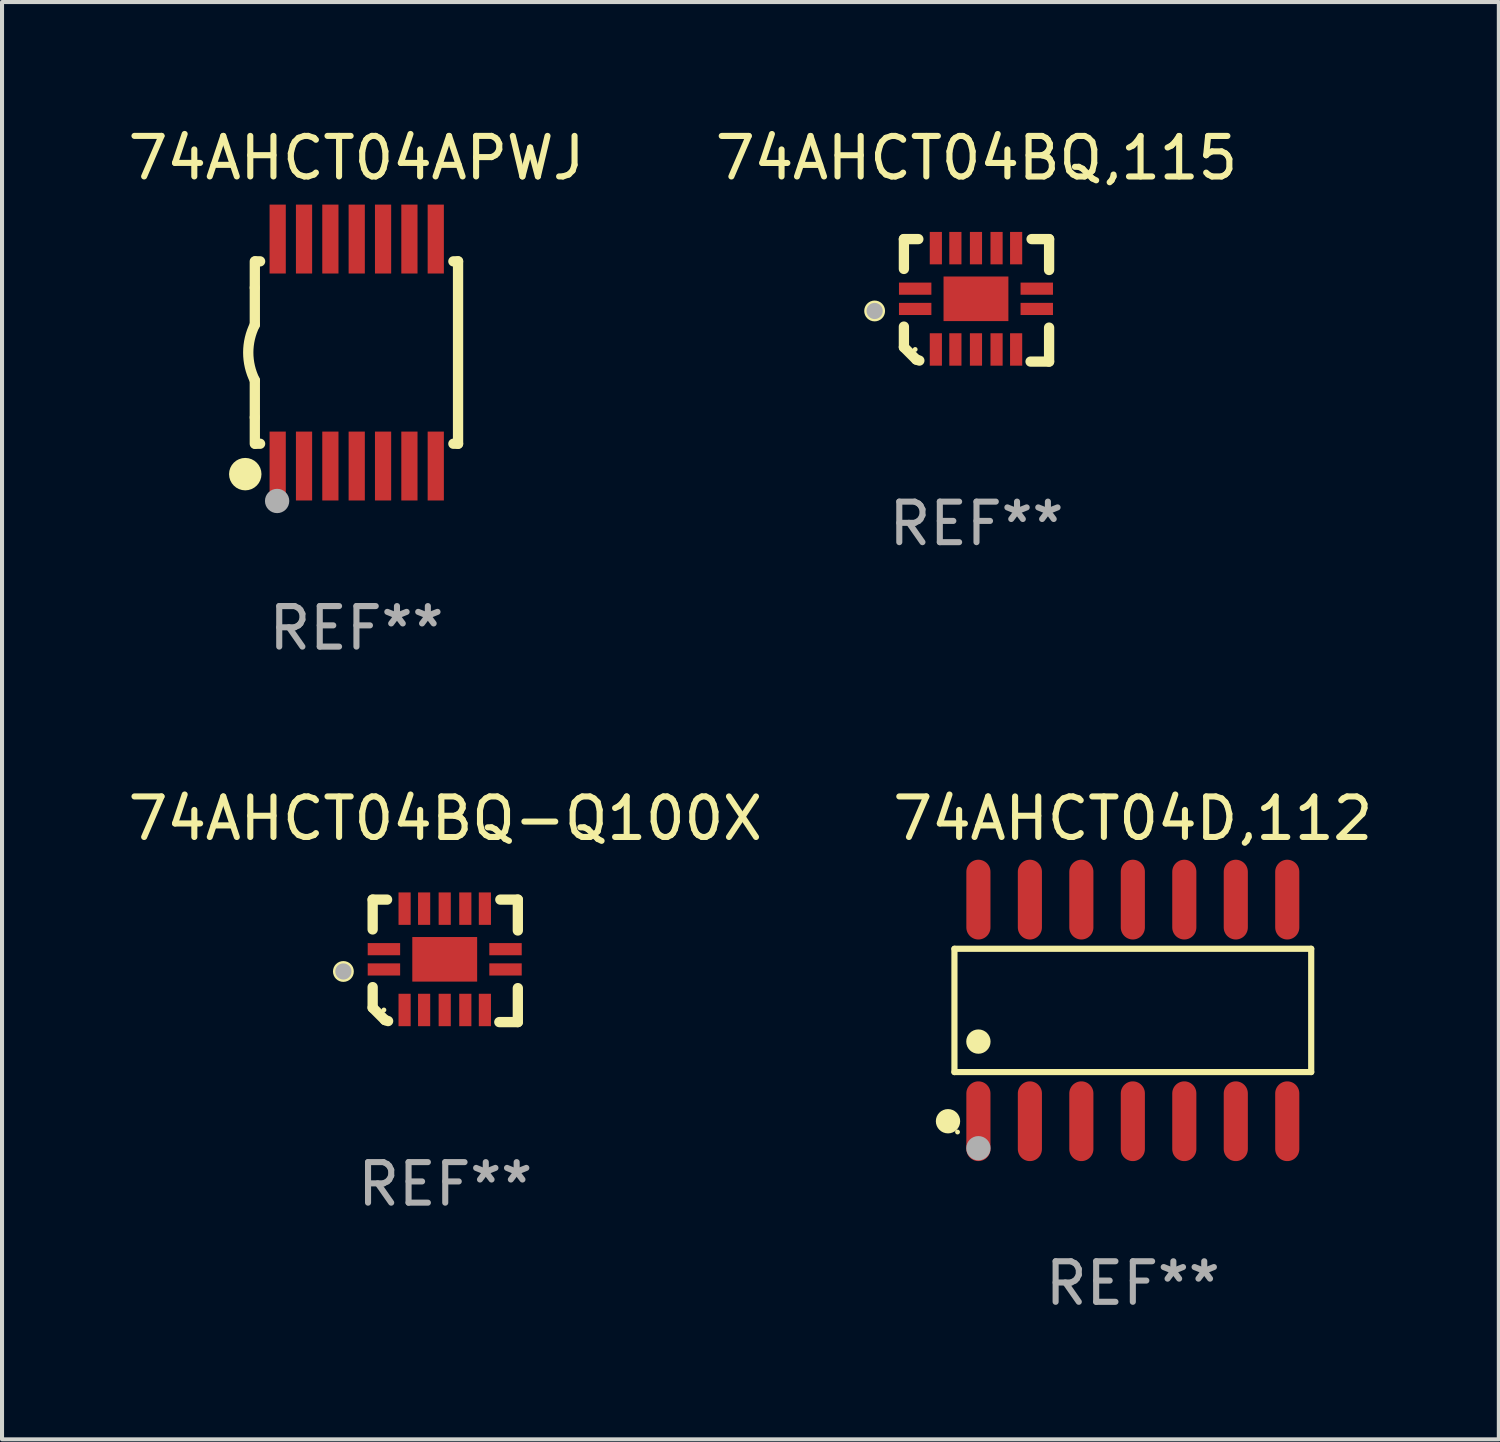
<source format=kicad_pcb>
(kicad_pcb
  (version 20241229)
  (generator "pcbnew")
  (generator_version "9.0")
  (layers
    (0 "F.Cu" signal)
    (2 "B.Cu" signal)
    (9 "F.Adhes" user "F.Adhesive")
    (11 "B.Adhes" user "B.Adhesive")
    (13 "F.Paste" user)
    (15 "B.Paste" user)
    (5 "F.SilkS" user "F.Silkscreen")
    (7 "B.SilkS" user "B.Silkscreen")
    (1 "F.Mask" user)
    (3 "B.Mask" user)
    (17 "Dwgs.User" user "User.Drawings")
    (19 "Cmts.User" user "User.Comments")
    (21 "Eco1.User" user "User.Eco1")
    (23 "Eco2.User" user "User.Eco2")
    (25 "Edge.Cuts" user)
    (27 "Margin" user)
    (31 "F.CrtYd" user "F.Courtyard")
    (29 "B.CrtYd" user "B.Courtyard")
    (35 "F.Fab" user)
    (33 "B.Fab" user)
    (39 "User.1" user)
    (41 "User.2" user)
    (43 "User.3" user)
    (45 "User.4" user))
  (footprint "74AHCT04D,112"
    (layer "F.Cu")
    (at 24.899 21.879)
    (property "Reference" "74AHCT04D,112" (at 0 -4.734 0) (layer "F.SilkS") (effects (font (size 1 1) (thickness 0.15))))
    (attr through_hole)
    (fp_line (start -4.401 -1.521) (end 4.401 -1.521) (stroke (width 0.152) (type solid)) (layer "F.SilkS"))
    (fp_line (start -4.401 1.521) (end -4.401 -1.521) (stroke (width 0.152) (type solid)) (layer "F.SilkS"))
    (fp_line (start 4.401 -1.521) (end 4.401 1.521) (stroke (width 0.152) (type solid)) (layer "F.SilkS"))
    (fp_line (start 4.401 1.521) (end -4.401 1.521) (stroke (width 0.152) (type solid)) (layer "F.SilkS"))
    (fp_circle (center -4.56 2.734) (end -4.41 2.734) (stroke (width 0.3) (type solid)) (fill no) (layer "F.SilkS"))
    (fp_circle (center -4.325 3) (end -4.295 3) (stroke (width 0.06) (type solid)) (fill no) (layer "F.SilkS"))
    (fp_circle (center -3.81 0.769) (end -3.66 0.769) (stroke (width 0.3) (type solid)) (fill no) (layer "F.SilkS"))
    (fp_circle (center -3.81 3.4) (end -3.66 3.4) (stroke (width 0.3) (type solid)) (fill no) (layer "F.Fab"))
    (fp_text user "REF**" (at 0 6.734 0) (layer "F.Fab") (effects (font (size 1 1) (thickness 0.15))))
    (pad "1" smd oval (at -3.81 2.734) (size 0.595 1.968) (layers "F.Cu" "F.Mask" "F.Paste"))
    (pad "2" smd oval (at -2.54 2.734) (size 0.595 1.968) (layers "F.Cu" "F.Mask" "F.Paste"))
    (pad "3" smd oval (at -1.27 2.734) (size 0.595 1.968) (layers "F.Cu" "F.Mask" "F.Paste"))
    (pad "4" smd oval (at 0 2.734) (size 0.595 1.968) (layers "F.Cu" "F.Mask" "F.Paste"))
    (pad "5" smd oval (at 1.27 2.734) (size 0.595 1.968) (layers "F.Cu" "F.Mask" "F.Paste"))
    (pad "6" smd oval (at 2.54 2.734) (size 0.595 1.968) (layers "F.Cu" "F.Mask" "F.Paste"))
    (pad "7" smd oval (at 3.81 2.734) (size 0.595 1.968) (layers "F.Cu" "F.Mask" "F.Paste"))
    (pad "8" smd oval (at 3.81 -2.734) (size 0.595 1.968) (layers "F.Cu" "F.Mask" "F.Paste"))
    (pad "9" smd oval (at 2.54 -2.734) (size 0.595 1.968) (layers "F.Cu" "F.Mask" "F.Paste"))
    (pad "10" smd oval (at 1.27 -2.734) (size 0.595 1.968) (layers "F.Cu" "F.Mask" "F.Paste"))
    (pad "11" smd oval (at 0 -2.734) (size 0.595 1.968) (layers "F.Cu" "F.Mask" "F.Paste"))
    (pad "12" smd oval (at -1.27 -2.734) (size 0.595 1.968) (layers "F.Cu" "F.Mask" "F.Paste"))
    (pad "13" smd oval (at -2.54 -2.734) (size 0.595 1.968) (layers "F.Cu" "F.Mask" "F.Paste"))
    (pad "14" smd oval (at -3.81 -2.734) (size 0.595 1.968) (layers "F.Cu" "F.Mask" "F.Paste")))
  (footprint "74AHCT04BQ,115"
    (layer "F.Cu")
    (at 21.042 4.36)
    (property "Reference" "74AHCT04BQ,115" (at 0 -3.511 0) (layer "F.SilkS") (effects (font (size 1 1) (thickness 0.15))))
    (attr through_hole)
    (fp_line (start -1.791 -1.511) (end -1.435 -1.511) (stroke (width 0.254) (type solid)) (layer "F.SilkS"))
    (fp_line (start -1.791 -0.775) (end -1.791 -1.511) (stroke (width 0.254) (type solid)) (layer "F.SilkS"))
    (fp_line (start -1.791 1.156) (end -1.791 0.648) (stroke (width 0.254) (type solid)) (layer "F.SilkS"))
    (fp_line (start -1.486 1.461) (end -1.791 1.156) (stroke (width 0.254) (type solid)) (layer "F.SilkS"))
    (fp_line (start -1.41 1.486) (end -1.486 1.461) (stroke (width 0.254) (type solid)) (layer "F.SilkS"))
    (fp_line (start 1.334 1.511) (end 1.791 1.511) (stroke (width 0.254) (type solid)) (layer "F.SilkS"))
    (fp_line (start 1.791 -1.511) (end 1.359 -1.511) (stroke (width 0.254) (type solid)) (layer "F.SilkS"))
    (fp_line (start 1.791 -0.749) (end 1.791 -1.511) (stroke (width 0.254) (type solid)) (layer "F.SilkS"))
    (fp_line (start 1.791 1.511) (end 1.791 0.673) (stroke (width 0.254) (type solid)) (layer "F.SilkS"))
    (fp_circle (center -2.513 0.262) (end -2.383 0.262) (stroke (width 0.254) (type solid)) (fill no) (layer "F.SilkS"))
    (fp_circle (center -1.513 1.212) (end -1.483 1.212) (stroke (width 0.06) (type solid)) (fill no) (layer "F.SilkS"))
    (fp_circle (center -2.513 0.262) (end -2.413 0.262) (stroke (width 0.2) (type solid)) (fill no) (layer "F.Fab"))
    (fp_text user "REF**" (at 0 5.511 0) (layer "F.Fab") (effects (font (size 1 1) (thickness 0.15))))
    (pad "1" smd rect (at -1.513 0.212) (size 0.8 0.3) (layers "F.Cu" "F.Mask" "F.Paste"))
    (pad "2" smd rect (at -1.003 1.212) (size 0.3 0.8) (layers "F.Cu" "F.Mask" "F.Paste"))
    (pad "3" smd rect (at -0.521 1.212) (size 0.3 0.8) (layers "F.Cu" "F.Mask" "F.Paste"))
    (pad "4" smd rect (at -0.013 1.212) (size 0.3 0.8) (layers "F.Cu" "F.Mask" "F.Paste"))
    (pad "5" smd rect (at 0.495 1.212) (size 0.3 0.8) (layers "F.Cu" "F.Mask" "F.Paste"))
    (pad "6" smd rect (at 0.978 1.212) (size 0.3 0.8) (layers "F.Cu" "F.Mask" "F.Paste"))
    (pad "7" smd rect (at 1.487 0.212) (size 0.8 0.3) (layers "F.Cu" "F.Mask" "F.Paste"))
    (pad "8" smd rect (at 1.487 -0.288) (size 0.8 0.3) (layers "F.Cu" "F.Mask" "F.Paste"))
    (pad "9" smd rect (at 0.978 -1.288) (size 0.3 0.8) (layers "F.Cu" "F.Mask" "F.Paste"))
    (pad "10" smd rect (at 0.495 -1.288) (size 0.3 0.8) (layers "F.Cu" "F.Mask" "F.Paste"))
    (pad "11" smd rect (at -0.013 -1.288) (size 0.3 0.8) (layers "F.Cu" "F.Mask" "F.Paste"))
    (pad "12" smd rect (at -0.521 -1.288) (size 0.3 0.8) (layers "F.Cu" "F.Mask" "F.Paste"))
    (pad "13" smd rect (at -1.003 -1.288) (size 0.3 0.8) (layers "F.Cu" "F.Mask" "F.Paste"))
    (pad "14" smd rect (at -1.513 -0.288) (size 0.8 0.3) (layers "F.Cu" "F.Mask" "F.Paste"))
    (pad "15" smd rect (at -0.013 -0.038 90) (size 1.1 1.6) (layers "F.Cu" "F.Mask" "F.Paste")))
  (footprint "74AHCT04APWJ"
    (layer "F.Cu")
    (at 5.744 5.648)
    (property "Reference" "74AHCT04APWJ" (at 0 -4.8 0) (layer "F.SilkS") (effects (font (size 1 1) (thickness 0.15))))
    (attr through_hole)
    (fp_line (start -2.507 -1.6) (end -2.507 -2.25) (stroke (width 0.254) (type solid)) (layer "F.SilkS"))
    (fp_line (start -2.507 -0.686) (end -2.507 -1.6) (stroke (width 0.254) (type solid)) (layer "F.SilkS"))
    (fp_line (start -2.507 1.6) (end -2.507 0.686) (stroke (width 0.254) (type solid)) (layer "F.SilkS"))
    (fp_line (start -2.507 1.6) (end -2.507 2.25) (stroke (width 0.254) (type solid)) (layer "F.SilkS"))
    (fp_line (start -2.493 -2.25) (end -2.377 -2.25) (stroke (width 0.254) (type solid)) (layer "F.SilkS"))
    (fp_line (start -2.377 2.25) (end -2.493 2.25) (stroke (width 0.254) (type solid)) (layer "F.SilkS"))
    (fp_line (start 2.392 -2.25) (end 2.507 -2.25) (stroke (width 0.254) (type solid)) (layer "F.SilkS"))
    (fp_line (start 2.507 -2.25) (end 2.507 2.25) (stroke (width 0.254) (type solid)) (layer "F.SilkS"))
    (fp_line (start 2.507 2.25) (end 2.392 2.25) (stroke (width 0.254) (type solid)) (layer "F.SilkS"))
    (fp_arc (start -2.507303 0.685802) (mid -2.669199 0) (end -2.507303 -0.685801) (stroke (width 0.254001) (type solid)) (layer "F.SilkS"))
    (fp_circle (center -2.743 3) (end -2.543 3) (stroke (width 0.4) (type solid)) (fill no) (layer "F.SilkS"))
    (fp_circle (center -2.493 3.2) (end -2.463 3.2) (stroke (width 0.06) (type solid)) (fill no) (layer "F.SilkS"))
    (fp_circle (center -1.957 3.662) (end -1.807 3.662) (stroke (width 0.3) (type solid)) (fill no) (layer "F.Fab"))
    (fp_text user "REF**" (at 0 6.8 0) (layer "F.Fab") (effects (font (size 1 1) (thickness 0.15))))
    (pad "1" smd rect (at -1.943 2.8) (size 0.4 1.7) (layers "F.Cu" "F.Mask" "F.Paste"))
    (pad "2" smd rect (at -1.293 2.8) (size 0.4 1.7) (layers "F.Cu" "F.Mask" "F.Paste"))
    (pad "3" smd rect (at -0.643 2.8) (size 0.4 1.7) (layers "F.Cu" "F.Mask" "F.Paste"))
    (pad "4" smd rect (at 0.007 2.8) (size 0.4 1.7) (layers "F.Cu" "F.Mask" "F.Paste"))
    (pad "5" smd rect (at 0.657 2.8) (size 0.4 1.7) (layers "F.Cu" "F.Mask" "F.Paste"))
    (pad "6" smd rect (at 1.307 2.8) (size 0.4 1.7) (layers "F.Cu" "F.Mask" "F.Paste"))
    (pad "7" smd rect (at 1.957 2.8) (size 0.4 1.7) (layers "F.Cu" "F.Mask" "F.Paste"))
    (pad "8" smd rect (at 1.957 -2.8) (size 0.4 1.7) (layers "F.Cu" "F.Mask" "F.Paste"))
    (pad "9" smd rect (at 1.307 -2.8) (size 0.4 1.7) (layers "F.Cu" "F.Mask" "F.Paste"))
    (pad "10" smd rect (at 0.657 -2.8) (size 0.4 1.7) (layers "F.Cu" "F.Mask" "F.Paste"))
    (pad "11" smd rect (at 0.007 -2.8) (size 0.4 1.7) (layers "F.Cu" "F.Mask" "F.Paste"))
    (pad "12" smd rect (at -0.643 -2.8) (size 0.4 1.7) (layers "F.Cu" "F.Mask" "F.Paste"))
    (pad "13" smd rect (at -1.293 -2.8) (size 0.4 1.7) (layers "F.Cu" "F.Mask" "F.Paste"))
    (pad "14" smd rect (at -1.943 -2.8) (size 0.4 1.7) (layers "F.Cu" "F.Mask" "F.Paste")))
  (footprint "74AHCT04BQ-Q100X"
    (layer "F.Cu")
    (at 7.935 20.656)
    (property "Reference" "74AHCT04BQ-Q100X" (at 0 -3.511 0) (layer "F.SilkS") (effects (font (size 1 1) (thickness 0.15))))
    (attr through_hole)
    (fp_line (start -1.791 -1.511) (end -1.435 -1.511) (stroke (width 0.254) (type solid)) (layer "F.SilkS"))
    (fp_line (start -1.791 -0.775) (end -1.791 -1.511) (stroke (width 0.254) (type solid)) (layer "F.SilkS"))
    (fp_line (start -1.791 1.156) (end -1.791 0.648) (stroke (width 0.254) (type solid)) (layer "F.SilkS"))
    (fp_line (start -1.486 1.461) (end -1.791 1.156) (stroke (width 0.254) (type solid)) (layer "F.SilkS"))
    (fp_line (start -1.41 1.486) (end -1.486 1.461) (stroke (width 0.254) (type solid)) (layer "F.SilkS"))
    (fp_line (start 1.334 1.511) (end 1.791 1.511) (stroke (width 0.254) (type solid)) (layer "F.SilkS"))
    (fp_line (start 1.791 -1.511) (end 1.359 -1.511) (stroke (width 0.254) (type solid)) (layer "F.SilkS"))
    (fp_line (start 1.791 -0.749) (end 1.791 -1.511) (stroke (width 0.254) (type solid)) (layer "F.SilkS"))
    (fp_line (start 1.791 1.511) (end 1.791 0.673) (stroke (width 0.254) (type solid)) (layer "F.SilkS"))
    (fp_circle (center -2.513 0.262) (end -2.383 0.262) (stroke (width 0.254) (type solid)) (fill no) (layer "F.SilkS"))
    (fp_circle (center -1.513 1.212) (end -1.483 1.212) (stroke (width 0.06) (type solid)) (fill no) (layer "F.SilkS"))
    (fp_circle (center -2.513 0.262) (end -2.413 0.262) (stroke (width 0.2) (type solid)) (fill no) (layer "F.Fab"))
    (fp_text user "REF**" (at 0 5.511 0) (layer "F.Fab") (effects (font (size 1 1) (thickness 0.15))))
    (pad "1" smd rect (at -1.513 0.212) (size 0.8 0.3) (layers "F.Cu" "F.Mask" "F.Paste"))
    (pad "2" smd rect (at -1.003 1.212) (size 0.3 0.8) (layers "F.Cu" "F.Mask" "F.Paste"))
    (pad "3" smd rect (at -0.521 1.212) (size 0.3 0.8) (layers "F.Cu" "F.Mask" "F.Paste"))
    (pad "4" smd rect (at -0.013 1.212) (size 0.3 0.8) (layers "F.Cu" "F.Mask" "F.Paste"))
    (pad "5" smd rect (at 0.495 1.212) (size 0.3 0.8) (layers "F.Cu" "F.Mask" "F.Paste"))
    (pad "6" smd rect (at 0.978 1.212) (size 0.3 0.8) (layers "F.Cu" "F.Mask" "F.Paste"))
    (pad "7" smd rect (at 1.487 0.212) (size 0.8 0.3) (layers "F.Cu" "F.Mask" "F.Paste"))
    (pad "8" smd rect (at 1.487 -0.288) (size 0.8 0.3) (layers "F.Cu" "F.Mask" "F.Paste"))
    (pad "9" smd rect (at 0.978 -1.288) (size 0.3 0.8) (layers "F.Cu" "F.Mask" "F.Paste"))
    (pad "10" smd rect (at 0.495 -1.288) (size 0.3 0.8) (layers "F.Cu" "F.Mask" "F.Paste"))
    (pad "11" smd rect (at -0.013 -1.288) (size 0.3 0.8) (layers "F.Cu" "F.Mask" "F.Paste"))
    (pad "12" smd rect (at -0.521 -1.288) (size 0.3 0.8) (layers "F.Cu" "F.Mask" "F.Paste"))
    (pad "13" smd rect (at -1.003 -1.288) (size 0.3 0.8) (layers "F.Cu" "F.Mask" "F.Paste"))
    (pad "14" smd rect (at -1.513 -0.288) (size 0.8 0.3) (layers "F.Cu" "F.Mask" "F.Paste"))
    (pad "15" smd rect (at -0.013 -0.038 90) (size 1.1 1.6) (layers "F.Cu" "F.Mask" "F.Paste")))
  (gr_rect
    (start -3 -3)
    (end 33.929 32.461)
    (stroke (width 0.1) (type default))
    (fill no)
    (layer "Edge.Cuts")))
</source>
